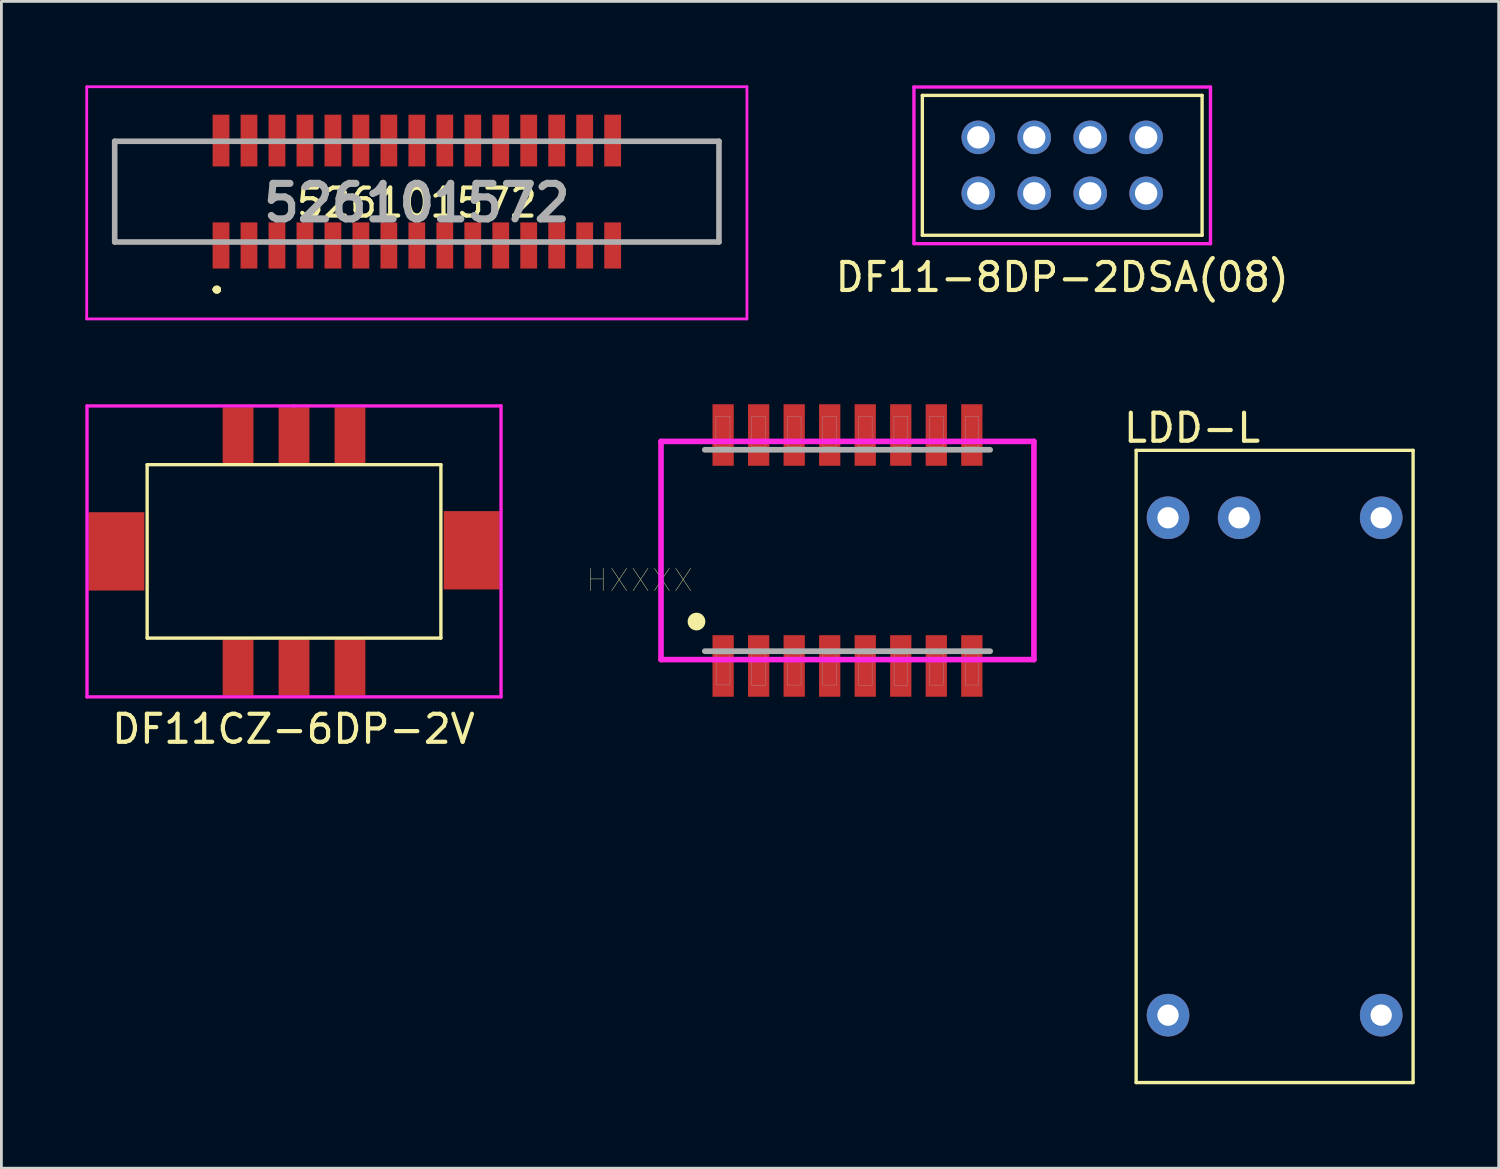
<source format=kicad_pcb>
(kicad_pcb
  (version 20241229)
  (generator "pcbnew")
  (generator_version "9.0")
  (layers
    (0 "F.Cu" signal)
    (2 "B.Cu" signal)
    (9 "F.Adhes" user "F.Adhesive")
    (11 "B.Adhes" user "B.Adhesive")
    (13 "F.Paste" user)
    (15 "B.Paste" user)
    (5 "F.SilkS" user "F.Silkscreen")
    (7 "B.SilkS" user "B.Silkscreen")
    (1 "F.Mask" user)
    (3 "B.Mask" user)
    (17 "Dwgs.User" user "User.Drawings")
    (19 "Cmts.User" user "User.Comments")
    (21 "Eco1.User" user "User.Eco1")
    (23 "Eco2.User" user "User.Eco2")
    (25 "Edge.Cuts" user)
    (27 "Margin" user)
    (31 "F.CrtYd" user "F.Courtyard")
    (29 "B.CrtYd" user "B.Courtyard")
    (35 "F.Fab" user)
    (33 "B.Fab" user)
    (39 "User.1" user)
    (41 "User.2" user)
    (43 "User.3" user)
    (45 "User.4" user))
  (footprint "HXXXX"
    (layer "F.Cu")
    (at 27.244 16.628)
    (property "Reference" "HXXXX" (at -7.436 1.067 180) (layer "F.SilkS") (effects (font (size 0.801 0.801) (thickness 0.015))))
    (attr through_hole)
    (fp_circle (center -5.397 2.54) (end -5.08 2.54) (stroke (width 0) (type solid)) (fill yes) (layer "F.SilkS"))
    (fp_line (start -6.665 -3.9) (end 6.665 -3.9) (stroke (width 0.2) (type solid)) (layer "F.CrtYd"))
    (fp_line (start -6.665 3.9) (end -6.665 -3.9) (stroke (width 0.2) (type solid)) (layer "F.CrtYd"))
    (fp_line (start 6.665 -3.9) (end 6.665 3.9) (stroke (width 0.2) (type solid)) (layer "F.CrtYd"))
    (fp_line (start 6.665 3.9) (end -6.665 3.9) (stroke (width 0.2) (type solid)) (layer "F.CrtYd"))
    (fp_line (start -5.1 -3.6) (end 5.1 -3.6) (stroke (width 0.203) (type solid)) (layer "F.Fab"))
    (fp_line (start 5.1 3.6) (end -5.1 3.6) (stroke (width 0.203) (type solid)) (layer "F.Fab"))
    (fp_poly (pts (xy -4.702 -4.8) (xy -4.2 -4.8) (xy -4.2 -3.709) (xy -4.702 -3.709)) (stroke (width 0.01) (type solid)) (fill no) (layer "F.Fab"))
    (fp_poly (pts (xy -4.696 3.7) (xy -4.2 3.7) (xy -4.2 4.806) (xy -4.696 4.806)) (stroke (width 0.01) (type solid)) (fill no) (layer "F.Fab"))
    (fp_poly (pts (xy -3.43 3.7) (xy -2.93 3.7) (xy -2.93 4.814) (xy -3.43 4.814)) (stroke (width 0.01) (type solid)) (fill no) (layer "F.Fab"))
    (fp_poly (pts (xy -3.427 -4.8) (xy -2.93 -4.8) (xy -2.93 -3.707) (xy -3.427 -3.707)) (stroke (width 0.01) (type solid)) (fill no) (layer "F.Fab"))
    (fp_poly (pts (xy -2.155 -4.8) (xy -1.66 -4.8) (xy -1.66 -3.709) (xy -2.155 -3.709)) (stroke (width 0.01) (type solid)) (fill no) (layer "F.Fab"))
    (fp_poly (pts (xy -2.155 3.7) (xy -1.66 3.7) (xy -1.66 4.81) (xy -2.155 4.81)) (stroke (width 0.01) (type solid)) (fill no) (layer "F.Fab"))
    (fp_poly (pts (xy -0.883 -4.8) (xy -0.39 -4.8) (xy -0.39 -3.711) (xy -0.883 -3.711)) (stroke (width 0.01) (type solid)) (fill no) (layer "F.Fab"))
    (fp_poly (pts (xy -0.882 3.7) (xy -0.39 3.7) (xy -0.39 4.811) (xy -0.882 4.811)) (stroke (width 0.01) (type solid)) (fill no) (layer "F.Fab"))
    (fp_poly (pts (xy 0.39 -4.8) (xy 0.88 -4.8) (xy 0.88 -3.705) (xy 0.39 -3.705)) (stroke (width 0.01) (type solid)) (fill no) (layer "F.Fab"))
    (fp_poly (pts (xy 0.391 3.7) (xy 0.88 3.7) (xy 0.88 4.818) (xy 0.391 4.818)) (stroke (width 0.01) (type solid)) (fill no) (layer "F.Fab"))
    (fp_poly (pts (xy 1.662 -4.8) (xy 2.15 -4.8) (xy 2.15 -3.704) (xy 1.662 -3.704)) (stroke (width 0.01) (type solid)) (fill no) (layer "F.Fab"))
    (fp_poly (pts (xy 1.665 3.7) (xy 2.15 3.7) (xy 2.15 4.815) (xy 1.665 4.815)) (stroke (width 0.01) (type solid)) (fill no) (layer "F.Fab"))
    (fp_poly (pts (xy 2.935 -4.8) (xy 3.42 -4.8) (xy 3.42 -3.706) (xy 2.935 -3.706)) (stroke (width 0.01) (type solid)) (fill no) (layer "F.Fab"))
    (fp_poly (pts (xy 2.936 3.7) (xy 3.42 3.7) (xy 3.42 4.81) (xy 2.936 4.81)) (stroke (width 0.01) (type solid)) (fill no) (layer "F.Fab"))
    (fp_poly (pts (xy 4.208 3.7) (xy 4.69 3.7) (xy 4.69 4.809) (xy 4.208 4.809)) (stroke (width 0.01) (type solid)) (fill no) (layer "F.Fab"))
    (fp_poly (pts (xy 4.21 -4.8) (xy 4.69 -4.8) (xy 4.69 -3.709) (xy 4.21 -3.709)) (stroke (width 0.01) (type solid)) (fill no) (layer "F.Fab"))
    (pad "1" smd rect (at -4.445 4.128) (size 0.76 2.2) (layers "F.Cu" "F.Mask" "F.Paste"))
    (pad "2" smd rect (at -3.175 4.128) (size 0.76 2.2) (layers "F.Cu" "F.Mask" "F.Paste"))
    (pad "3" smd rect (at -1.905 4.128) (size 0.76 2.2) (layers "F.Cu" "F.Mask" "F.Paste"))
    (pad "4" smd rect (at -0.635 4.128) (size 0.76 2.2) (layers "F.Cu" "F.Mask" "F.Paste"))
    (pad "5" smd rect (at 0.635 4.128) (size 0.76 2.2) (layers "F.Cu" "F.Mask" "F.Paste"))
    (pad "6" smd rect (at 1.905 4.128) (size 0.76 2.2) (layers "F.Cu" "F.Mask" "F.Paste"))
    (pad "7" smd rect (at 3.175 4.128) (size 0.76 2.2) (layers "F.Cu" "F.Mask" "F.Paste"))
    (pad "8" smd rect (at 4.445 4.128) (size 0.76 2.2) (layers "F.Cu" "F.Mask" "F.Paste"))
    (pad "9" smd rect (at 4.445 -4.128) (size 0.76 2.2) (layers "F.Cu" "F.Mask" "F.Paste"))
    (pad "10" smd rect (at 3.175 -4.128) (size 0.76 2.2) (layers "F.Cu" "F.Mask" "F.Paste"))
    (pad "11" smd rect (at 1.905 -4.128) (size 0.76 2.2) (layers "F.Cu" "F.Mask" "F.Paste"))
    (pad "12" smd rect (at 0.635 -4.128) (size 0.76 2.2) (layers "F.Cu" "F.Mask" "F.Paste"))
    (pad "13" smd rect (at -0.635 -4.128) (size 0.76 2.2) (layers "F.Cu" "F.Mask" "F.Paste"))
    (pad "14" smd rect (at -1.905 -4.128) (size 0.76 2.2) (layers "F.Cu" "F.Mask" "F.Paste"))
    (pad "15" smd rect (at -3.175 -4.128) (size 0.76 2.2) (layers "F.Cu" "F.Mask" "F.Paste"))
    (pad "16" smd rect (at -4.445 -4.128) (size 0.76 2.2) (layers "F.Cu" "F.Mask" "F.Paste")))
  (footprint "526101572"
    (layer "F.Cu")
    (at 11.85 3.8)
    (property "Reference" "526101572" (at 0 0.4 0) (layer "F.SilkS") (effects (font (size 1 1) (thickness 0.15))))
    (attr smd)
    (fp_line (start -10.8 -1.825) (end -10.8 -1.825) (stroke (width 0.1) (type solid)) (layer "F.SilkS"))
    (fp_line (start -10.8 -1.825) (end -8 -1.825) (stroke (width 0.1) (type solid)) (layer "F.SilkS"))
    (fp_line (start -10.8 -1.8) (end -10.8 -1.8) (stroke (width 0.1) (type solid)) (layer "F.SilkS"))
    (fp_line (start -10.8 -1.8) (end -10.8 1.75) (stroke (width 0.1) (type solid)) (layer "F.SilkS"))
    (fp_line (start -10.8 1.75) (end -10.8 -1.8) (stroke (width 0.1) (type solid)) (layer "F.SilkS"))
    (fp_line (start -10.8 1.75) (end -10.8 1.75) (stroke (width 0.1) (type solid)) (layer "F.SilkS"))
    (fp_line (start -10.8 1.8) (end -10.8 1.8) (stroke (width 0.1) (type solid)) (layer "F.SilkS"))
    (fp_line (start -10.8 1.8) (end -8 1.8) (stroke (width 0.1) (type solid)) (layer "F.SilkS"))
    (fp_line (start -8 -1.825) (end -10.8 -1.825) (stroke (width 0.1) (type solid)) (layer "F.SilkS"))
    (fp_line (start -8 -1.825) (end -8 -1.825) (stroke (width 0.1) (type solid)) (layer "F.SilkS"))
    (fp_line (start -8 1.8) (end -10.8 1.8) (stroke (width 0.1) (type solid)) (layer "F.SilkS"))
    (fp_line (start -8 1.8) (end -8 1.8) (stroke (width 0.1) (type solid)) (layer "F.SilkS"))
    (fp_line (start -7.2 3.5) (end -7.2 3.5) (stroke (width 0.2) (type solid)) (layer "F.SilkS"))
    (fp_line (start -7.2 3.5) (end -7.2 3.5) (stroke (width 0.2) (type solid)) (layer "F.SilkS"))
    (fp_line (start -7.1 3.5) (end -7.1 3.5) (stroke (width 0.2) (type solid)) (layer "F.SilkS"))
    (fp_line (start 8 -1.8) (end 8 -1.8) (stroke (width 0.1) (type solid)) (layer "F.SilkS"))
    (fp_line (start 8 -1.8) (end 10.8 -1.8) (stroke (width 0.1) (type solid)) (layer "F.SilkS"))
    (fp_line (start 8.25 1.8) (end 8.25 1.8) (stroke (width 0.1) (type solid)) (layer "F.SilkS"))
    (fp_line (start 8.25 1.8) (end 10.8 1.8) (stroke (width 0.1) (type solid)) (layer "F.SilkS"))
    (fp_line (start 10.8 -1.8) (end 8 -1.8) (stroke (width 0.1) (type solid)) (layer "F.SilkS"))
    (fp_line (start 10.8 -1.8) (end 10.8 -1.8) (stroke (width 0.1) (type solid)) (layer "F.SilkS"))
    (fp_line (start 10.8 -1.8) (end 10.8 -1.8) (stroke (width 0.1) (type solid)) (layer "F.SilkS"))
    (fp_line (start 10.8 -1.8) (end 10.8 1.8) (stroke (width 0.1) (type solid)) (layer "F.SilkS"))
    (fp_line (start 10.8 1.8) (end 8.25 1.8) (stroke (width 0.1) (type solid)) (layer "F.SilkS"))
    (fp_line (start 10.8 1.8) (end 10.8 -1.8) (stroke (width 0.1) (type solid)) (layer "F.SilkS"))
    (fp_line (start 10.8 1.8) (end 10.8 1.8) (stroke (width 0.1) (type solid)) (layer "F.SilkS"))
    (fp_line (start 10.8 1.8) (end 10.8 1.8) (stroke (width 0.1) (type solid)) (layer "F.SilkS"))
    (fp_arc (start -7.2 3.5) (mid -7.15 3.45) (end -7.1 3.5) (stroke (width 0.2) (type solid)) (layer "F.SilkS"))
    (fp_arc (start -7.1 3.5) (mid -7.15 3.55) (end -7.2 3.5) (stroke (width 0.2) (type solid)) (layer "F.SilkS"))
    (fp_arc (start -7.1 3.5) (mid -7.15 3.55) (end -7.2 3.5) (stroke (width 0.2) (type solid)) (layer "F.SilkS"))
    (fp_line (start -11.8 -3.75) (end 11.8 -3.75) (stroke (width 0.1) (type solid)) (layer "F.CrtYd"))
    (fp_line (start -11.8 4.55) (end -11.8 -3.75) (stroke (width 0.1) (type solid)) (layer "F.CrtYd"))
    (fp_line (start 11.8 -3.75) (end 11.8 4.55) (stroke (width 0.1) (type solid)) (layer "F.CrtYd"))
    (fp_line (start 11.8 4.55) (end -11.8 4.55) (stroke (width 0.1) (type solid)) (layer "F.CrtYd"))
    (fp_line (start -10.8 -1.8) (end -10.8 1.8) (stroke (width 0.2) (type solid)) (layer "F.Fab"))
    (fp_line (start -10.8 1.8) (end 10.8 1.8) (stroke (width 0.2) (type solid)) (layer "F.Fab"))
    (fp_line (start 10.8 -1.8) (end -10.8 -1.8) (stroke (width 0.2) (type solid)) (layer "F.Fab"))
    (fp_line (start 10.8 1.8) (end 10.8 -1.8) (stroke (width 0.2) (type solid)) (layer "F.Fab"))
    (fp_text user "${REFERENCE}" (at 0 0.4 0) (layer "F.Fab") (effects (font (size 1.27 1.27) (thickness 0.254))))
    (pad "1" smd rect (at -7 1.925) (size 0.6 1.65) (layers "F.Cu" "F.Mask" "F.Paste"))
    (pad "2" smd rect (at -7 -1.825) (size 0.6 1.85) (layers "F.Cu" "F.Mask" "F.Paste"))
    (pad "3" smd rect (at -6 1.925) (size 0.6 1.65) (layers "F.Cu" "F.Mask" "F.Paste"))
    (pad "4" smd rect (at -6 -1.825) (size 0.6 1.85) (layers "F.Cu" "F.Mask" "F.Paste"))
    (pad "5" smd rect (at -5 1.925) (size 0.6 1.65) (layers "F.Cu" "F.Mask" "F.Paste"))
    (pad "6" smd rect (at -5 -1.825) (size 0.6 1.85) (layers "F.Cu" "F.Mask" "F.Paste"))
    (pad "7" smd rect (at -4 1.925) (size 0.6 1.65) (layers "F.Cu" "F.Mask" "F.Paste"))
    (pad "8" smd rect (at -4 -1.825) (size 0.6 1.85) (layers "F.Cu" "F.Mask" "F.Paste"))
    (pad "9" smd rect (at -3 1.925) (size 0.6 1.65) (layers "F.Cu" "F.Mask" "F.Paste"))
    (pad "10" smd rect (at -3 -1.825) (size 0.6 1.85) (layers "F.Cu" "F.Mask" "F.Paste"))
    (pad "11" smd rect (at -2 1.925) (size 0.6 1.65) (layers "F.Cu" "F.Mask" "F.Paste"))
    (pad "12" smd rect (at -2 -1.825) (size 0.6 1.85) (layers "F.Cu" "F.Mask" "F.Paste"))
    (pad "13" smd rect (at -1 1.925) (size 0.6 1.65) (layers "F.Cu" "F.Mask" "F.Paste"))
    (pad "14" smd rect (at -1 -1.825) (size 0.6 1.85) (layers "F.Cu" "F.Mask" "F.Paste"))
    (pad "15" smd rect (at 0 1.925) (size 0.6 1.65) (layers "F.Cu" "F.Mask" "F.Paste"))
    (pad "16" smd rect (at 0 -1.825) (size 0.6 1.85) (layers "F.Cu" "F.Mask" "F.Paste"))
    (pad "17" smd rect (at 1 1.925) (size 0.6 1.65) (layers "F.Cu" "F.Mask" "F.Paste"))
    (pad "18" smd rect (at 1 -1.825) (size 0.6 1.85) (layers "F.Cu" "F.Mask" "F.Paste"))
    (pad "19" smd rect (at 2 1.925) (size 0.6 1.65) (layers "F.Cu" "F.Mask" "F.Paste"))
    (pad "20" smd rect (at 2 -1.825) (size 0.6 1.85) (layers "F.Cu" "F.Mask" "F.Paste"))
    (pad "21" smd rect (at 3 1.925) (size 0.6 1.65) (layers "F.Cu" "F.Mask" "F.Paste"))
    (pad "22" smd rect (at 3 -1.825) (size 0.6 1.85) (layers "F.Cu" "F.Mask" "F.Paste"))
    (pad "23" smd rect (at 4 1.925) (size 0.6 1.65) (layers "F.Cu" "F.Mask" "F.Paste"))
    (pad "24" smd rect (at 4 -1.825) (size 0.6 1.85) (layers "F.Cu" "F.Mask" "F.Paste"))
    (pad "25" smd rect (at 5 1.925) (size 0.6 1.65) (layers "F.Cu" "F.Mask" "F.Paste"))
    (pad "26" smd rect (at 5 -1.825) (size 0.6 1.85) (layers "F.Cu" "F.Mask" "F.Paste"))
    (pad "27" smd rect (at 6 1.925) (size 0.6 1.65) (layers "F.Cu" "F.Mask" "F.Paste"))
    (pad "28" smd rect (at 6 -1.825) (size 0.6 1.85) (layers "F.Cu" "F.Mask" "F.Paste"))
    (pad "29" smd rect (at 7 1.925) (size 0.6 1.65) (layers "F.Cu" "F.Mask" "F.Paste"))
    (pad "30" smd rect (at 7 -1.825) (size 0.6 1.85) (layers "F.Cu" "F.Mask" "F.Paste")))
  (footprint "LDD-L"
    (layer "F.Cu")
    (at 42.513 24.348)
    (property "Reference" "LDD-L" (at -2.95 -12.1 0) (layer "F.SilkS") (effects (font (size 1 1) (thickness 0.15))))
    (attr through_hole)
    (fp_line (start -4.95 -11.3) (end 4.95 -11.3) (stroke (width 0.12) (type solid)) (layer "F.SilkS"))
    (fp_line (start -4.95 11.3) (end -4.95 -11.3) (stroke (width 0.12) (type solid)) (layer "F.SilkS"))
    (fp_line (start -4.95 11.3) (end 4.95 11.3) (stroke (width 0.12) (type solid)) (layer "F.SilkS"))
    (fp_line (start 4.95 -11.3) (end 4.95 11.3) (stroke (width 0.12) (type solid)) (layer "F.SilkS"))
    (pad "1" thru_hole circle (at 3.81 -8.89) (size 1.524 1.524) (drill 0.762) (layers "*.Cu" "*.Mask"))
    (pad "3" thru_hole circle (at -1.27 -8.89) (size 1.524 1.524) (drill 0.762) (layers "*.Cu" "*.Mask"))
    (pad "4" thru_hole circle (at -3.81 -8.89) (size 1.524 1.524) (drill 0.762) (layers "*.Cu" "*.Mask"))
    (pad "5" thru_hole circle (at -3.81 8.89) (size 1.524 1.524) (drill 0.762) (layers "*.Cu" "*.Mask"))
    (pad "6" thru_hole circle (at 3.81 8.89) (size 1.524 1.524) (drill 0.762) (layers "*.Cu" "*.Mask")))
  (footprint "DF11CZ-6DP-2V"
    (layer "F.Cu")
    (at 7.46 16.66)
    (property "Reference" "DF11CZ-6DP-2V" (at -0.02 6.35 0) (layer "F.SilkS") (effects (font (size 1 1) (thickness 0.15))))
    (attr through_hole)
    (fp_line (start -5.25 -3.1) (end 5.25 -3.1) (stroke (width 0.12) (type solid)) (layer "F.SilkS"))
    (fp_line (start -5.25 3.1) (end -5.25 -3.1) (stroke (width 0.12) (type solid)) (layer "F.SilkS"))
    (fp_line (start 5.25 -3.1) (end 5.25 3.1) (stroke (width 0.12) (type solid)) (layer "F.SilkS"))
    (fp_line (start 5.25 3.1) (end -5.25 3.1) (stroke (width 0.12) (type solid)) (layer "F.SilkS"))
    (fp_line (start -7.4 5.2) (end -7.4 -5.2) (stroke (width 0.12) (type solid)) (layer "F.CrtYd"))
    (fp_line (start 0 -5.2) (end -7.4 -5.2) (stroke (width 0.12) (type solid)) (layer "F.CrtYd"))
    (fp_line (start 0 -5.2) (end 7.4 -5.2) (stroke (width 0.12) (type solid)) (layer "F.CrtYd"))
    (fp_line (start 7.4 -5.2) (end 7.4 5.2) (stroke (width 0.12) (type solid)) (layer "F.CrtYd"))
    (fp_line (start 7.4 5.2) (end -7.4 5.2) (stroke (width 0.12) (type solid)) (layer "F.CrtYd"))
    (pad "1" smd rect (at 2 -4.15) (size 1.1 2) (layers "F.Cu" "F.Mask" "F.Paste"))
    (pad "2" smd rect (at 2 4.15) (size 1.1 2) (layers "F.Cu" "F.Mask" "F.Paste"))
    (pad "3" smd rect (at 0 -4.15) (size 1.1 2) (layers "F.Cu" "F.Mask" "F.Paste"))
    (pad "4" smd rect (at 0 4.15) (size 1.1 2) (layers "F.Cu" "F.Mask" "F.Paste"))
    (pad "5" smd rect (at -2 -4.15) (size 1.1 2) (layers "F.Cu" "F.Mask" "F.Paste"))
    (pad "6" smd rect (at -2 4.15) (size 1.1 2) (layers "F.Cu" "F.Mask" "F.Paste"))
    (pad "MP1" smd rect (at 6.35 -0.04) (size 2 2.8) (layers "F.Cu" "F.Mask" "F.Paste"))
    (pad "MP2" smd rect (at -6.35 0) (size 2 2.8) (layers "F.Cu" "F.Mask" "F.Paste")))
  (footprint "DF11-8DP-2DSA(08)"
    (layer "F.Cu")
    (at 34.92 2.86)
    (property "Reference" "DF11-8DP-2DSA(08)" (at 0 4 0) (layer "F.SilkS") (effects (font (size 1 1) (thickness 0.15))))
    (attr through_hole)
    (fp_line (start -5 -2.5) (end 5 -2.5) (stroke (width 0.12) (type solid)) (layer "F.SilkS"))
    (fp_line (start -5 2.5) (end -5 -2.5) (stroke (width 0.12) (type solid)) (layer "F.SilkS"))
    (fp_line (start 5 -2.5) (end 5 2.5) (stroke (width 0.12) (type solid)) (layer "F.SilkS"))
    (fp_line (start 5 2.5) (end -5 2.5) (stroke (width 0.12) (type solid)) (layer "F.SilkS"))
    (fp_line (start -5.3 -2.8) (end 5.3 -2.8) (stroke (width 0.12) (type solid)) (layer "F.CrtYd"))
    (fp_line (start -5.3 2.8) (end -5.3 -2.8) (stroke (width 0.12) (type solid)) (layer "F.CrtYd"))
    (fp_line (start 5.3 -2.7) (end 5.3 -2.8) (stroke (width 0.12) (type solid)) (layer "F.CrtYd"))
    (fp_line (start 5.3 2.7) (end 5.3 -2.7) (stroke (width 0.12) (type solid)) (layer "F.CrtYd"))
    (fp_line (start 5.3 2.7) (end 5.3 2.8) (stroke (width 0.12) (type solid)) (layer "F.CrtYd"))
    (fp_line (start 5.3 2.8) (end -5.3 2.8) (stroke (width 0.12) (type solid)) (layer "F.CrtYd"))
    (pad "1" thru_hole circle (at 3 1) (size 1.2 1.2) (drill 0.8) (layers "*.Cu" "*.Mask"))
    (pad "2" thru_hole circle (at 3 -1) (size 1.2 1.2) (drill 0.8) (layers "*.Cu" "*.Mask"))
    (pad "3" thru_hole circle (at 1 1) (size 1.2 1.2) (drill 0.8) (layers "*.Cu" "*.Mask"))
    (pad "4" thru_hole circle (at 1 -1) (size 1.2 1.2) (drill 0.8) (layers "*.Cu" "*.Mask"))
    (pad "5" thru_hole circle (at -1 1) (size 1.2 1.2) (drill 0.8) (layers "*.Cu" "*.Mask"))
    (pad "6" thru_hole circle (at -1 -1) (size 1.2 1.2) (drill 0.8) (layers "*.Cu" "*.Mask"))
    (pad "7" thru_hole circle (at -3 1) (size 1.2 1.2) (drill 0.8) (layers "*.Cu" "*.Mask"))
    (pad "8" thru_hole circle (at -3 -1) (size 1.2 1.2) (drill 0.8) (layers "*.Cu" "*.Mask")))
  (gr_rect
    (start -3 -3)
    (end 50.523 38.708)
    (stroke (width 0.1) (type default))
    (fill no)
    (layer "Edge.Cuts")))
</source>
